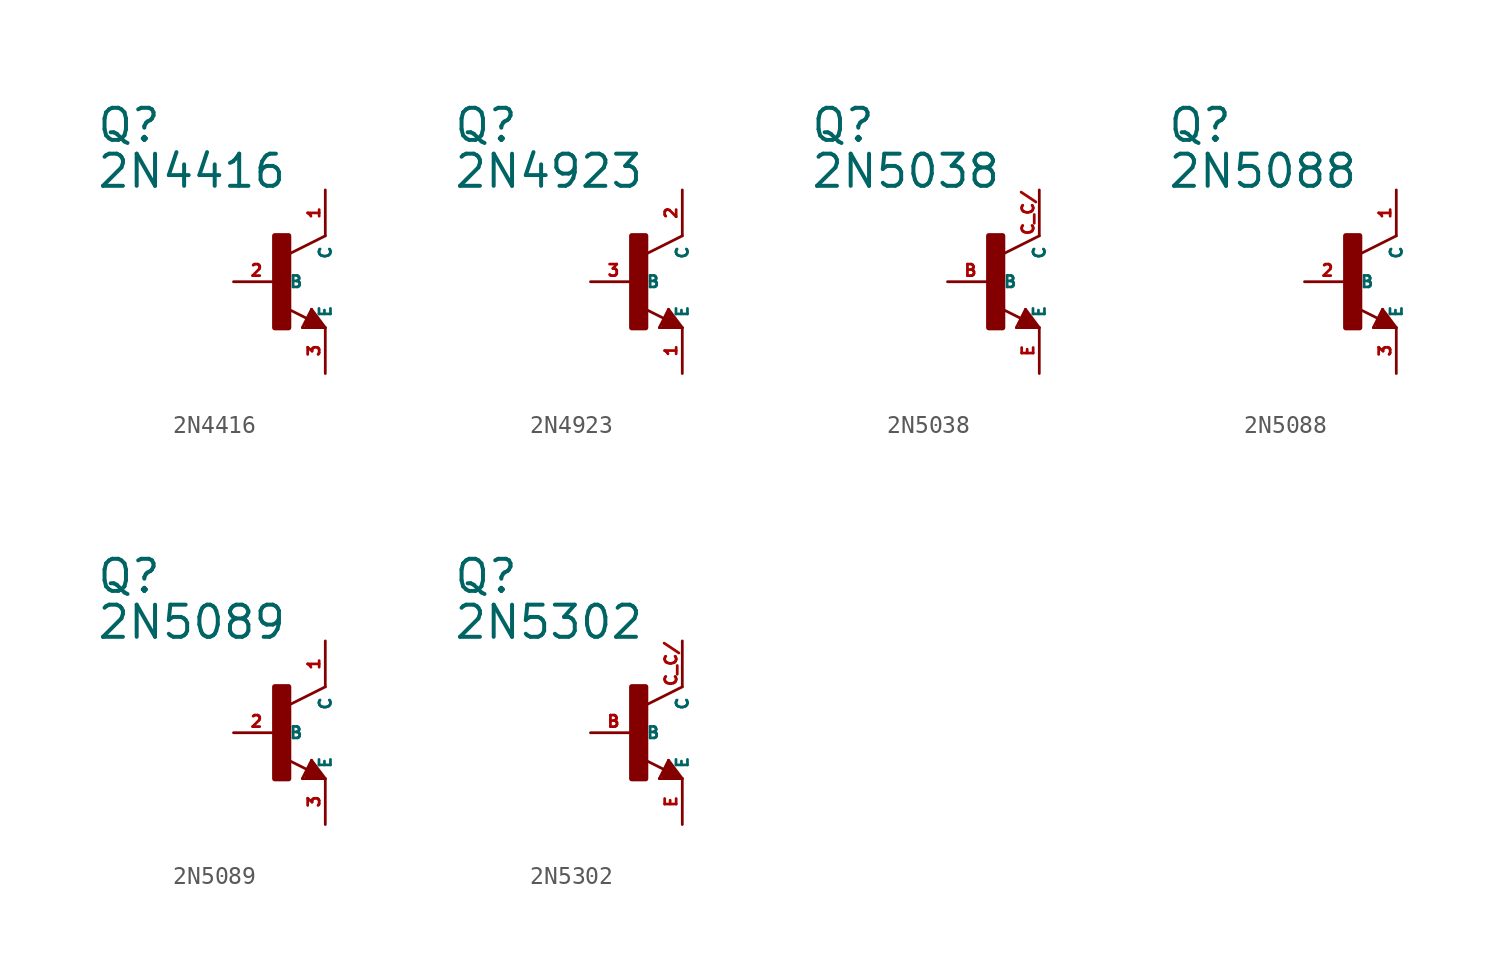
<source format=kicad_sym>
(kicad_symbol_lib
  (version 20220914)
  (generator Eagle2Kicad)
  (symbol "2N4416"
    (property "Reference" "Q"
      (at -10.16 7.62 0)
      (effects (font (size 1.778 1.778) (thickness 0.22)) (justify left bottom)))
    (property "Value" "2N4416"
      (at -10.16 5.08 0)
      (effects (font (size 1.778 1.778) (thickness 0.22)) (justify left bottom)))
    (polyline
      (pts (xy 2.54 2.54) (xy 0.508 1.524))
      (stroke (width 0.152) (type default))
      (fill (type none)))
    (polyline
      (pts (xy 1.778 -1.524) (xy 2.54 -2.54))
      (stroke (width 0.152) (type default))
      (fill (type none)))
    (polyline
      (pts (xy 2.54 -2.54) (xy 1.27 -2.54))
      (stroke (width 0.152) (type default))
      (fill (type none)))
    (polyline
      (pts (xy 1.27 -2.54) (xy 1.778 -1.524))
      (stroke (width 0.152) (type default))
      (fill (type none)))
    (polyline
      (pts (xy 1.54 -2.04) (xy 0.308 -1.424))
      (stroke (width 0.152) (type default))
      (fill (type none)))
    (polyline
      (pts (xy 1.524 -2.413) (xy 2.286 -2.413))
      (stroke (width 0.254) (type default))
      (fill (type none)))
    (polyline
      (pts (xy 2.286 -2.413) (xy 1.778 -1.778))
      (stroke (width 0.254) (type default))
      (fill (type none)))
    (polyline
      (pts (xy 1.778 -1.778) (xy 1.524 -2.286))
      (stroke (width 0.254) (type default))
      (fill (type none)))
    (polyline
      (pts (xy 1.524 -2.286) (xy 1.905 -2.286))
      (stroke (width 0.254) (type default))
      (fill (type none)))
    (polyline
      (pts (xy 1.905 -2.286) (xy 1.778 -2.032))
      (stroke (width 0.254) (type default))
      (fill (type none)))
    (rectangle
      (start -0.254 -2.54)
      (end 0.508 2.54)
      (stroke (width 0.3) (type default))
      (fill (type outline)))
    (pin passive line
      (at -2.54 0 0)
      (length 2.54)
      (name "B" (effects (font (size 0.635 0.635) (thickness 0.08)) (justify left bottom)))
      (number "2" (effects (font (size 0.635 0.635) (thickness 0.08)) (justify left bottom))))
    (pin passive line
      (at 2.54 -5.08 90)
      (length 2.54)
      (name "E" (effects (font (size 0.635 0.635) (thickness 0.08)) (justify left bottom)))
      (number "3" (effects (font (size 0.635 0.635) (thickness 0.08)) (justify left bottom))))
    (pin passive line
      (at 2.54 5.08 270)
      (length 2.54)
      (name "C" (effects (font (size 0.635 0.635) (thickness 0.08)) (justify left bottom)))
      (number "1" (effects (font (size 0.635 0.635) (thickness 0.08)) (justify left bottom)))))
  (symbol "2N4923"
    (property "Reference" "Q"
      (at -10.16 7.62 0)
      (effects (font (size 1.778 1.778) (thickness 0.22)) (justify left bottom)))
    (property "Value" "2N4923"
      (at -10.16 5.08 0)
      (effects (font (size 1.778 1.778) (thickness 0.22)) (justify left bottom)))
    (polyline
      (pts (xy 2.54 2.54) (xy 0.508 1.524))
      (stroke (width 0.152) (type default))
      (fill (type none)))
    (polyline
      (pts (xy 1.778 -1.524) (xy 2.54 -2.54))
      (stroke (width 0.152) (type default))
      (fill (type none)))
    (polyline
      (pts (xy 2.54 -2.54) (xy 1.27 -2.54))
      (stroke (width 0.152) (type default))
      (fill (type none)))
    (polyline
      (pts (xy 1.27 -2.54) (xy 1.778 -1.524))
      (stroke (width 0.152) (type default))
      (fill (type none)))
    (polyline
      (pts (xy 1.54 -2.04) (xy 0.308 -1.424))
      (stroke (width 0.152) (type default))
      (fill (type none)))
    (polyline
      (pts (xy 1.524 -2.413) (xy 2.286 -2.413))
      (stroke (width 0.254) (type default))
      (fill (type none)))
    (polyline
      (pts (xy 2.286 -2.413) (xy 1.778 -1.778))
      (stroke (width 0.254) (type default))
      (fill (type none)))
    (polyline
      (pts (xy 1.778 -1.778) (xy 1.524 -2.286))
      (stroke (width 0.254) (type default))
      (fill (type none)))
    (polyline
      (pts (xy 1.524 -2.286) (xy 1.905 -2.286))
      (stroke (width 0.254) (type default))
      (fill (type none)))
    (polyline
      (pts (xy 1.905 -2.286) (xy 1.778 -2.032))
      (stroke (width 0.254) (type default))
      (fill (type none)))
    (rectangle
      (start -0.254 -2.54)
      (end 0.508 2.54)
      (stroke (width 0.3) (type default))
      (fill (type outline)))
    (pin passive line
      (at -2.54 0 0)
      (length 2.54)
      (name "B" (effects (font (size 0.635 0.635) (thickness 0.08)) (justify left bottom)))
      (number "3" (effects (font (size 0.635 0.635) (thickness 0.08)) (justify left bottom))))
    (pin passive line
      (at 2.54 -5.08 90)
      (length 2.54)
      (name "E" (effects (font (size 0.635 0.635) (thickness 0.08)) (justify left bottom)))
      (number "1" (effects (font (size 0.635 0.635) (thickness 0.08)) (justify left bottom))))
    (pin passive line
      (at 2.54 5.08 270)
      (length 2.54)
      (name "C" (effects (font (size 0.635 0.635) (thickness 0.08)) (justify left bottom)))
      (number "2" (effects (font (size 0.635 0.635) (thickness 0.08)) (justify left bottom)))))
  (symbol "2N5038"
    (property "Reference" "Q"
      (at -10.16 7.62 0)
      (effects (font (size 1.778 1.778) (thickness 0.22)) (justify left bottom)))
    (property "Value" "2N5038"
      (at -10.16 5.08 0)
      (effects (font (size 1.778 1.778) (thickness 0.22)) (justify left bottom)))
    (polyline
      (pts (xy 2.54 2.54) (xy 0.508 1.524))
      (stroke (width 0.152) (type default))
      (fill (type none)))
    (polyline
      (pts (xy 1.778 -1.524) (xy 2.54 -2.54))
      (stroke (width 0.152) (type default))
      (fill (type none)))
    (polyline
      (pts (xy 2.54 -2.54) (xy 1.27 -2.54))
      (stroke (width 0.152) (type default))
      (fill (type none)))
    (polyline
      (pts (xy 1.27 -2.54) (xy 1.778 -1.524))
      (stroke (width 0.152) (type default))
      (fill (type none)))
    (polyline
      (pts (xy 1.54 -2.04) (xy 0.308 -1.424))
      (stroke (width 0.152) (type default))
      (fill (type none)))
    (polyline
      (pts (xy 1.524 -2.413) (xy 2.286 -2.413))
      (stroke (width 0.254) (type default))
      (fill (type none)))
    (polyline
      (pts (xy 2.286 -2.413) (xy 1.778 -1.778))
      (stroke (width 0.254) (type default))
      (fill (type none)))
    (polyline
      (pts (xy 1.778 -1.778) (xy 1.524 -2.286))
      (stroke (width 0.254) (type default))
      (fill (type none)))
    (polyline
      (pts (xy 1.524 -2.286) (xy 1.905 -2.286))
      (stroke (width 0.254) (type default))
      (fill (type none)))
    (polyline
      (pts (xy 1.905 -2.286) (xy 1.778 -2.032))
      (stroke (width 0.254) (type default))
      (fill (type none)))
    (rectangle
      (start -0.254 -2.54)
      (end 0.508 2.54)
      (stroke (width 0.3) (type default))
      (fill (type outline)))
    (pin passive line
      (at -2.54 0 0)
      (length 2.54)
      (name "B" (effects (font (size 0.635 0.635) (thickness 0.08)) (justify left bottom)))
      (number "B" (effects (font (size 0.635 0.635) (thickness 0.08)) (justify left bottom))))
    (pin passive line
      (at 2.54 -5.08 90)
      (length 2.54)
      (name "E" (effects (font (size 0.635 0.635) (thickness 0.08)) (justify left bottom)))
      (number "E" (effects (font (size 0.635 0.635) (thickness 0.08)) (justify left bottom))))
    (pin passive line
      (at 2.54 5.08 270)
      (length 2.54)
      (name "C" (effects (font (size 0.635 0.635) (thickness 0.08)) (justify left bottom)))
      (number "C C/" (effects (font (size 0.635 0.635) (thickness 0.08)) (justify left bottom)))))
  (symbol "2N5088"
    (property "Reference" "Q"
      (at -10.16 7.62 0)
      (effects (font (size 1.778 1.778) (thickness 0.22)) (justify left bottom)))
    (property "Value" "2N5088"
      (at -10.16 5.08 0)
      (effects (font (size 1.778 1.778) (thickness 0.22)) (justify left bottom)))
    (polyline
      (pts (xy 2.54 2.54) (xy 0.508 1.524))
      (stroke (width 0.152) (type default))
      (fill (type none)))
    (polyline
      (pts (xy 1.778 -1.524) (xy 2.54 -2.54))
      (stroke (width 0.152) (type default))
      (fill (type none)))
    (polyline
      (pts (xy 2.54 -2.54) (xy 1.27 -2.54))
      (stroke (width 0.152) (type default))
      (fill (type none)))
    (polyline
      (pts (xy 1.27 -2.54) (xy 1.778 -1.524))
      (stroke (width 0.152) (type default))
      (fill (type none)))
    (polyline
      (pts (xy 1.54 -2.04) (xy 0.308 -1.424))
      (stroke (width 0.152) (type default))
      (fill (type none)))
    (polyline
      (pts (xy 1.524 -2.413) (xy 2.286 -2.413))
      (stroke (width 0.254) (type default))
      (fill (type none)))
    (polyline
      (pts (xy 2.286 -2.413) (xy 1.778 -1.778))
      (stroke (width 0.254) (type default))
      (fill (type none)))
    (polyline
      (pts (xy 1.778 -1.778) (xy 1.524 -2.286))
      (stroke (width 0.254) (type default))
      (fill (type none)))
    (polyline
      (pts (xy 1.524 -2.286) (xy 1.905 -2.286))
      (stroke (width 0.254) (type default))
      (fill (type none)))
    (polyline
      (pts (xy 1.905 -2.286) (xy 1.778 -2.032))
      (stroke (width 0.254) (type default))
      (fill (type none)))
    (rectangle
      (start -0.254 -2.54)
      (end 0.508 2.54)
      (stroke (width 0.3) (type default))
      (fill (type outline)))
    (pin passive line
      (at -2.54 0 0)
      (length 2.54)
      (name "B" (effects (font (size 0.635 0.635) (thickness 0.08)) (justify left bottom)))
      (number "2" (effects (font (size 0.635 0.635) (thickness 0.08)) (justify left bottom))))
    (pin passive line
      (at 2.54 -5.08 90)
      (length 2.54)
      (name "E" (effects (font (size 0.635 0.635) (thickness 0.08)) (justify left bottom)))
      (number "3" (effects (font (size 0.635 0.635) (thickness 0.08)) (justify left bottom))))
    (pin passive line
      (at 2.54 5.08 270)
      (length 2.54)
      (name "C" (effects (font (size 0.635 0.635) (thickness 0.08)) (justify left bottom)))
      (number "1" (effects (font (size 0.635 0.635) (thickness 0.08)) (justify left bottom)))))
  (symbol "2N5089"
    (property "Reference" "Q"
      (at -10.16 7.62 0)
      (effects (font (size 1.778 1.778) (thickness 0.22)) (justify left bottom)))
    (property "Value" "2N5089"
      (at -10.16 5.08 0)
      (effects (font (size 1.778 1.778) (thickness 0.22)) (justify left bottom)))
    (polyline
      (pts (xy 2.54 2.54) (xy 0.508 1.524))
      (stroke (width 0.152) (type default))
      (fill (type none)))
    (polyline
      (pts (xy 1.778 -1.524) (xy 2.54 -2.54))
      (stroke (width 0.152) (type default))
      (fill (type none)))
    (polyline
      (pts (xy 2.54 -2.54) (xy 1.27 -2.54))
      (stroke (width 0.152) (type default))
      (fill (type none)))
    (polyline
      (pts (xy 1.27 -2.54) (xy 1.778 -1.524))
      (stroke (width 0.152) (type default))
      (fill (type none)))
    (polyline
      (pts (xy 1.54 -2.04) (xy 0.308 -1.424))
      (stroke (width 0.152) (type default))
      (fill (type none)))
    (polyline
      (pts (xy 1.524 -2.413) (xy 2.286 -2.413))
      (stroke (width 0.254) (type default))
      (fill (type none)))
    (polyline
      (pts (xy 2.286 -2.413) (xy 1.778 -1.778))
      (stroke (width 0.254) (type default))
      (fill (type none)))
    (polyline
      (pts (xy 1.778 -1.778) (xy 1.524 -2.286))
      (stroke (width 0.254) (type default))
      (fill (type none)))
    (polyline
      (pts (xy 1.524 -2.286) (xy 1.905 -2.286))
      (stroke (width 0.254) (type default))
      (fill (type none)))
    (polyline
      (pts (xy 1.905 -2.286) (xy 1.778 -2.032))
      (stroke (width 0.254) (type default))
      (fill (type none)))
    (rectangle
      (start -0.254 -2.54)
      (end 0.508 2.54)
      (stroke (width 0.3) (type default))
      (fill (type outline)))
    (pin passive line
      (at -2.54 0 0)
      (length 2.54)
      (name "B" (effects (font (size 0.635 0.635) (thickness 0.08)) (justify left bottom)))
      (number "2" (effects (font (size 0.635 0.635) (thickness 0.08)) (justify left bottom))))
    (pin passive line
      (at 2.54 -5.08 90)
      (length 2.54)
      (name "E" (effects (font (size 0.635 0.635) (thickness 0.08)) (justify left bottom)))
      (number "3" (effects (font (size 0.635 0.635) (thickness 0.08)) (justify left bottom))))
    (pin passive line
      (at 2.54 5.08 270)
      (length 2.54)
      (name "C" (effects (font (size 0.635 0.635) (thickness 0.08)) (justify left bottom)))
      (number "1" (effects (font (size 0.635 0.635) (thickness 0.08)) (justify left bottom)))))
  (symbol "2N5302"
    (property "Reference" "Q"
      (at -10.16 7.62 0)
      (effects (font (size 1.778 1.778) (thickness 0.22)) (justify left bottom)))
    (property "Value" "2N5302"
      (at -10.16 5.08 0)
      (effects (font (size 1.778 1.778) (thickness 0.22)) (justify left bottom)))
    (polyline
      (pts (xy 2.54 2.54) (xy 0.508 1.524))
      (stroke (width 0.152) (type default))
      (fill (type none)))
    (polyline
      (pts (xy 1.778 -1.524) (xy 2.54 -2.54))
      (stroke (width 0.152) (type default))
      (fill (type none)))
    (polyline
      (pts (xy 2.54 -2.54) (xy 1.27 -2.54))
      (stroke (width 0.152) (type default))
      (fill (type none)))
    (polyline
      (pts (xy 1.27 -2.54) (xy 1.778 -1.524))
      (stroke (width 0.152) (type default))
      (fill (type none)))
    (polyline
      (pts (xy 1.54 -2.04) (xy 0.308 -1.424))
      (stroke (width 0.152) (type default))
      (fill (type none)))
    (polyline
      (pts (xy 1.524 -2.413) (xy 2.286 -2.413))
      (stroke (width 0.254) (type default))
      (fill (type none)))
    (polyline
      (pts (xy 2.286 -2.413) (xy 1.778 -1.778))
      (stroke (width 0.254) (type default))
      (fill (type none)))
    (polyline
      (pts (xy 1.778 -1.778) (xy 1.524 -2.286))
      (stroke (width 0.254) (type default))
      (fill (type none)))
    (polyline
      (pts (xy 1.524 -2.286) (xy 1.905 -2.286))
      (stroke (width 0.254) (type default))
      (fill (type none)))
    (polyline
      (pts (xy 1.905 -2.286) (xy 1.778 -2.032))
      (stroke (width 0.254) (type default))
      (fill (type none)))
    (rectangle
      (start -0.254 -2.54)
      (end 0.508 2.54)
      (stroke (width 0.3) (type default))
      (fill (type outline)))
    (pin passive line
      (at -2.54 0 0)
      (length 2.54)
      (name "B" (effects (font (size 0.635 0.635) (thickness 0.08)) (justify left bottom)))
      (number "B" (effects (font (size 0.635 0.635) (thickness 0.08)) (justify left bottom))))
    (pin passive line
      (at 2.54 -5.08 90)
      (length 2.54)
      (name "E" (effects (font (size 0.635 0.635) (thickness 0.08)) (justify left bottom)))
      (number "E" (effects (font (size 0.635 0.635) (thickness 0.08)) (justify left bottom))))
    (pin passive line
      (at 2.54 5.08 270)
      (length 2.54)
      (name "C" (effects (font (size 0.635 0.635) (thickness 0.08)) (justify left bottom)))
      (number "C C/" (effects (font (size 0.635 0.635) (thickness 0.08)) (justify left bottom))))))
</source>
